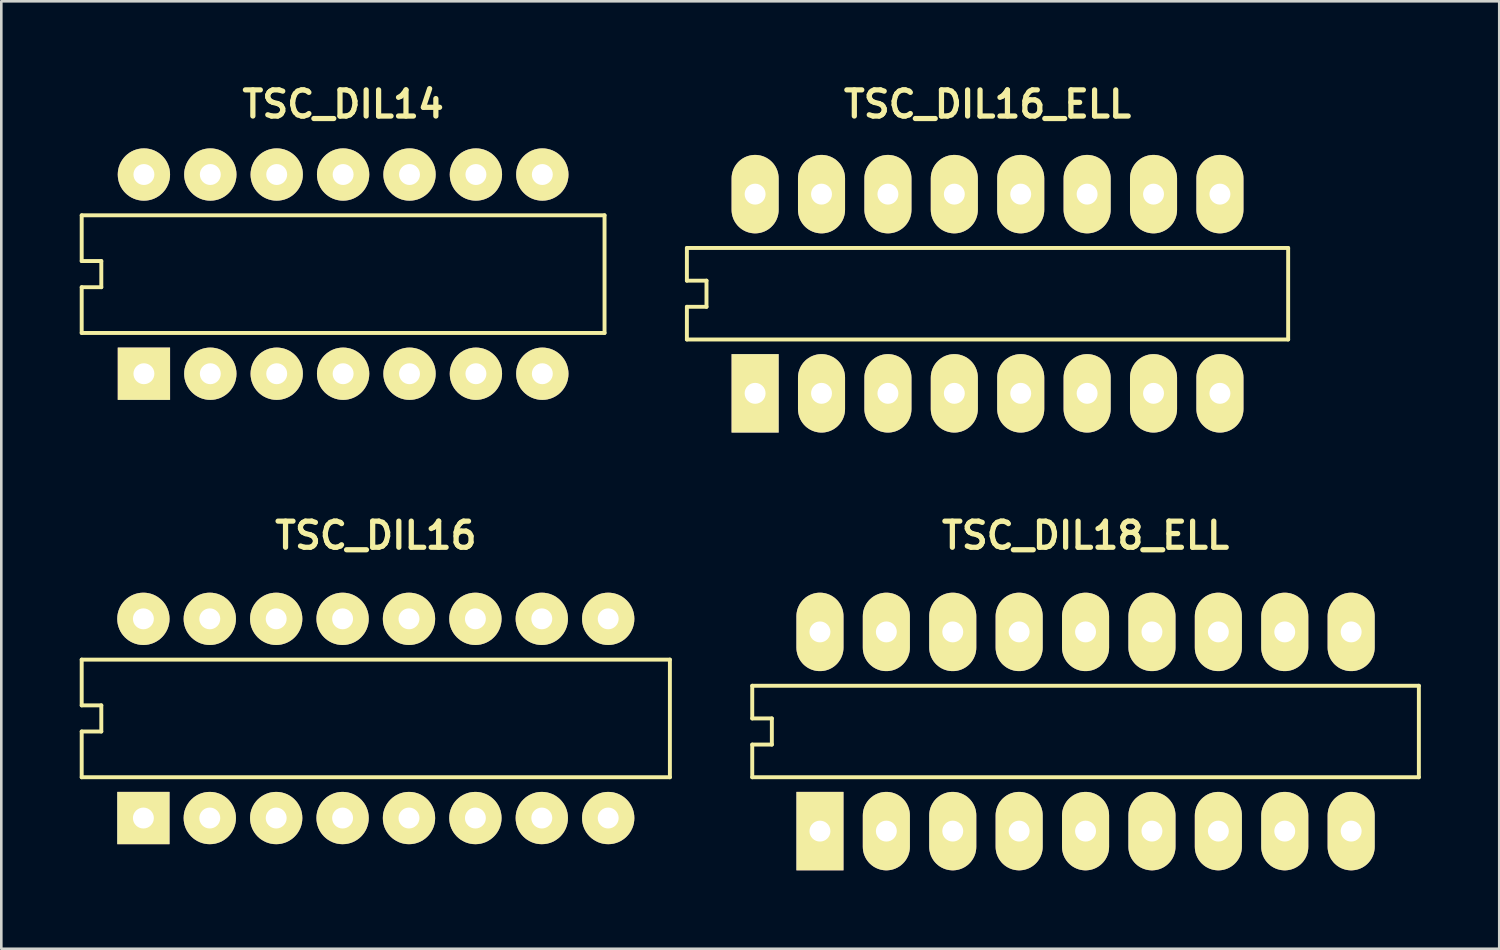
<source format=kicad_pcb>
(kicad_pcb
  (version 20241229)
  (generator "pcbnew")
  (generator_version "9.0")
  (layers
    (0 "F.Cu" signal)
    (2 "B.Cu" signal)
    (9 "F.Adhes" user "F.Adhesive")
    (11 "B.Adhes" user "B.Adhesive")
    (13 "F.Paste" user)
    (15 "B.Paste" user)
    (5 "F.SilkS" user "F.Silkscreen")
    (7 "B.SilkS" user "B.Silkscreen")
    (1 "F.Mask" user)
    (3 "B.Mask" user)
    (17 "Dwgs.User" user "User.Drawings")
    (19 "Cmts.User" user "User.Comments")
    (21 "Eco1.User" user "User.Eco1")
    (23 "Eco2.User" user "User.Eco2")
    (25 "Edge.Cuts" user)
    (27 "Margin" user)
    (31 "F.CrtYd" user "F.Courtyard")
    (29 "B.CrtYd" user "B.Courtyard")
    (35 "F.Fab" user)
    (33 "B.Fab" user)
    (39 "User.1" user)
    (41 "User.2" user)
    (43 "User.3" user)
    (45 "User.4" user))
  (footprint "TSC_DIL18_ELL"
    (layer "F.Cu")
    (at 38.475 24.932)
    (property "Reference" "TSC_DIL18_ELL" (at 0 -7.5 0) (layer "F.SilkS") (effects (font (size 1 1) (thickness 0.2))))
    (attr through_hole)
    (fp_line (start -12.75 -1.75) (end 12.75 -1.75) (stroke (width 0.15) (type solid)) (layer "F.SilkS"))
    (fp_line (start -12.75 -0.5) (end -12.75 -1.75) (stroke (width 0.15) (type solid)) (layer "F.SilkS"))
    (fp_line (start -12.75 0.5) (end -12 0.5) (stroke (width 0.15) (type solid)) (layer "F.SilkS"))
    (fp_line (start -12.75 1.75) (end -12.75 0.5) (stroke (width 0.15) (type solid)) (layer "F.SilkS"))
    (fp_line (start -12 -0.5) (end -12.75 -0.5) (stroke (width 0.15) (type solid)) (layer "F.SilkS"))
    (fp_line (start -12 0.5) (end -12 -0.5) (stroke (width 0.15) (type solid)) (layer "F.SilkS"))
    (fp_line (start 12.75 -1.75) (end 12.75 1.75) (stroke (width 0.15) (type solid)) (layer "F.SilkS"))
    (fp_line (start 12.75 1.75) (end -12.75 1.75) (stroke (width 0.15) (type solid)) (layer "F.SilkS"))
    (pad "1" thru_hole rect (at -10.16 3.81) (size 1.8 3) (drill 0.8) (layers "*.Cu" "*.Mask" "F.SilkS"))
    (pad "2" thru_hole oval (at -7.62 3.81) (size 1.8 3) (drill 0.8) (layers "*.Cu" "*.Mask" "F.SilkS"))
    (pad "3" thru_hole oval (at -5.08 3.81) (size 1.8 3) (drill 0.8) (layers "*.Cu" "*.Mask" "F.SilkS"))
    (pad "4" thru_hole oval (at -2.54 3.81) (size 1.8 3) (drill 0.8) (layers "*.Cu" "*.Mask" "F.SilkS"))
    (pad "5" thru_hole oval (at 0 3.81) (size 1.8 3) (drill 0.8) (layers "*.Cu" "*.Mask" "F.SilkS"))
    (pad "6" thru_hole oval (at 2.54 3.81) (size 1.8 3) (drill 0.8) (layers "*.Cu" "*.Mask" "F.SilkS"))
    (pad "7" thru_hole oval (at 5.08 3.81) (size 1.8 3) (drill 0.8) (layers "*.Cu" "*.Mask" "F.SilkS"))
    (pad "8" thru_hole oval (at 7.62 3.81) (size 1.8 3) (drill 0.8) (layers "*.Cu" "*.Mask" "F.SilkS"))
    (pad "9" thru_hole oval (at 10.16 3.81) (size 1.8 3) (drill 0.8) (layers "*.Cu" "*.Mask" "F.SilkS"))
    (pad "10" thru_hole oval (at 10.16 -3.81) (size 1.8 3) (drill 0.8) (layers "*.Cu" "*.Mask" "F.SilkS"))
    (pad "11" thru_hole oval (at 7.62 -3.81) (size 1.8 3) (drill 0.8) (layers "*.Cu" "*.Mask" "F.SilkS"))
    (pad "12" thru_hole oval (at 5.08 -3.81) (size 1.8 3) (drill 0.8) (layers "*.Cu" "*.Mask" "F.SilkS"))
    (pad "13" thru_hole oval (at 2.54 -3.81) (size 1.8 3) (drill 0.8) (layers "*.Cu" "*.Mask" "F.SilkS"))
    (pad "14" thru_hole oval (at 0 -3.81) (size 1.8 3) (drill 0.8) (layers "*.Cu" "*.Mask" "F.SilkS"))
    (pad "15" thru_hole oval (at -2.54 -3.81) (size 1.8 3) (drill 0.8) (layers "*.Cu" "*.Mask" "F.SilkS"))
    (pad "16" thru_hole oval (at -5.08 -3.81) (size 1.8 3) (drill 0.8) (layers "*.Cu" "*.Mask" "F.SilkS"))
    (pad "17" thru_hole oval (at -7.62 -3.81) (size 1.8 3) (drill 0.8) (layers "*.Cu" "*.Mask" "F.SilkS"))
    (pad "18" thru_hole oval (at -10.16 -3.81) (size 1.8 3) (drill 0.8) (layers "*.Cu" "*.Mask" "F.SilkS")))
  (footprint "TSC_DIL14"
    (layer "F.Cu")
    (at 10.075 7.436)
    (property "Reference" "TSC_DIL14" (at 0 -6.5 0) (layer "F.SilkS") (effects (font (size 1 1) (thickness 0.2))))
    (attr through_hole)
    (fp_line (start -10 -2.25) (end 10 -2.25) (stroke (width 0.15) (type solid)) (layer "F.SilkS"))
    (fp_line (start -10 -0.5) (end -10 -2.25) (stroke (width 0.15) (type solid)) (layer "F.SilkS"))
    (fp_line (start -10 0.5) (end -9.25 0.5) (stroke (width 0.15) (type solid)) (layer "F.SilkS"))
    (fp_line (start -10 2.25) (end -10 0.5) (stroke (width 0.15) (type solid)) (layer "F.SilkS"))
    (fp_line (start -9.25 -0.5) (end -10 -0.5) (stroke (width 0.15) (type solid)) (layer "F.SilkS"))
    (fp_line (start -9.25 0.5) (end -9.25 -0.5) (stroke (width 0.15) (type solid)) (layer "F.SilkS"))
    (fp_line (start 10 -2.25) (end 10 2.25) (stroke (width 0.15) (type solid)) (layer "F.SilkS"))
    (fp_line (start 10 2.25) (end -10 2.25) (stroke (width 0.15) (type solid)) (layer "F.SilkS"))
    (pad "1" thru_hole rect (at -7.62 3.81) (size 2 2) (drill 0.8) (layers "*.Cu" "*.Mask" "F.SilkS"))
    (pad "2" thru_hole circle (at -5.08 3.81) (size 2 2) (drill 0.8) (layers "*.Cu" "*.Mask" "F.SilkS"))
    (pad "3" thru_hole circle (at -2.54 3.81) (size 2 2) (drill 0.8) (layers "*.Cu" "*.Mask" "F.SilkS"))
    (pad "4" thru_hole circle (at 0 3.81) (size 2 2) (drill 0.8) (layers "*.Cu" "*.Mask" "F.SilkS"))
    (pad "5" thru_hole circle (at 2.54 3.81) (size 2 2) (drill 0.8) (layers "*.Cu" "*.Mask" "F.SilkS"))
    (pad "6" thru_hole circle (at 5.08 3.81) (size 2 2) (drill 0.8) (layers "*.Cu" "*.Mask" "F.SilkS"))
    (pad "7" thru_hole circle (at 7.62 3.81) (size 2 2) (drill 0.8) (layers "*.Cu" "*.Mask" "F.SilkS"))
    (pad "8" thru_hole circle (at 7.62 -3.81) (size 2 2) (drill 0.8) (layers "*.Cu" "*.Mask" "F.SilkS"))
    (pad "9" thru_hole circle (at 5.08 -3.81) (size 2 2) (drill 0.8) (layers "*.Cu" "*.Mask" "F.SilkS"))
    (pad "10" thru_hole circle (at 2.54 -3.81) (size 2 2) (drill 0.8) (layers "*.Cu" "*.Mask" "F.SilkS"))
    (pad "11" thru_hole circle (at 0 -3.81) (size 2 2) (drill 0.8) (layers "*.Cu" "*.Mask" "F.SilkS"))
    (pad "12" thru_hole circle (at -2.54 -3.81) (size 2 2) (drill 0.8) (layers "*.Cu" "*.Mask" "F.SilkS"))
    (pad "13" thru_hole circle (at -5.08 -3.81) (size 2 2) (drill 0.8) (layers "*.Cu" "*.Mask" "F.SilkS"))
    (pad "14" thru_hole circle (at -7.62 -3.81) (size 2 2) (drill 0.8) (layers "*.Cu" "*.Mask" "F.SilkS")))
  (footprint "TSC_DIL16_ELL"
    (layer "F.Cu")
    (at 34.725 8.186)
    (property "Reference" "TSC_DIL16_ELL" (at 0 -7.25 0) (layer "F.SilkS") (effects (font (size 1 1) (thickness 0.2))))
    (attr through_hole)
    (fp_line (start -11.5 -1.75) (end 11.5 -1.75) (stroke (width 0.15) (type solid)) (layer "F.SilkS"))
    (fp_line (start -11.5 -0.5) (end -11.5 -1.75) (stroke (width 0.15) (type solid)) (layer "F.SilkS"))
    (fp_line (start -11.5 -0.5) (end -10.75 -0.5) (stroke (width 0.15) (type solid)) (layer "F.SilkS"))
    (fp_line (start -11.5 1.75) (end -11.5 0.5) (stroke (width 0.15) (type solid)) (layer "F.SilkS"))
    (fp_line (start -11.5 1.75) (end 11.5 1.75) (stroke (width 0.15) (type solid)) (layer "F.SilkS"))
    (fp_line (start -10.75 -0.5) (end -10.75 0.5) (stroke (width 0.15) (type solid)) (layer "F.SilkS"))
    (fp_line (start -10.75 0.5) (end -11.5 0.5) (stroke (width 0.15) (type solid)) (layer "F.SilkS"))
    (fp_line (start 11.5 1.75) (end 11.5 -1.75) (stroke (width 0.15) (type solid)) (layer "F.SilkS"))
    (pad "1" thru_hole rect (at -8.89 3.81) (size 1.8 3) (drill 0.8) (layers "*.Cu" "*.Mask" "F.SilkS"))
    (pad "2" thru_hole oval (at -6.35 3.81) (size 1.8 3) (drill 0.8) (layers "*.Cu" "*.Mask" "F.SilkS"))
    (pad "3" thru_hole oval (at -3.81 3.81) (size 1.8 3) (drill 0.8) (layers "*.Cu" "*.Mask" "F.SilkS"))
    (pad "4" thru_hole oval (at -1.27 3.81) (size 1.8 3) (drill 0.8) (layers "*.Cu" "*.Mask" "F.SilkS"))
    (pad "5" thru_hole oval (at 1.27 3.81) (size 1.8 3) (drill 0.8) (layers "*.Cu" "*.Mask" "F.SilkS"))
    (pad "6" thru_hole oval (at 3.81 3.81) (size 1.8 3) (drill 0.8) (layers "*.Cu" "*.Mask" "F.SilkS"))
    (pad "7" thru_hole oval (at 6.35 3.81) (size 1.8 3) (drill 0.8) (layers "*.Cu" "*.Mask" "F.SilkS"))
    (pad "8" thru_hole oval (at 8.89 3.81) (size 1.8 3) (drill 0.8) (layers "*.Cu" "*.Mask" "F.SilkS"))
    (pad "9" thru_hole oval (at 8.89 -3.81) (size 1.8 3) (drill 0.8) (layers "*.Cu" "*.Mask" "F.SilkS"))
    (pad "10" thru_hole oval (at 6.35 -3.81) (size 1.8 3) (drill 0.8) (layers "*.Cu" "*.Mask" "F.SilkS"))
    (pad "11" thru_hole oval (at 3.81 -3.81) (size 1.8 3) (drill 0.8) (layers "*.Cu" "*.Mask" "F.SilkS"))
    (pad "12" thru_hole oval (at 1.27 -3.81) (size 1.8 3) (drill 0.8) (layers "*.Cu" "*.Mask" "F.SilkS"))
    (pad "13" thru_hole oval (at -1.27 -3.81) (size 1.8 3) (drill 0.8) (layers "*.Cu" "*.Mask" "F.SilkS"))
    (pad "14" thru_hole oval (at -3.81 -3.81) (size 1.8 3) (drill 0.8) (layers "*.Cu" "*.Mask" "F.SilkS"))
    (pad "15" thru_hole oval (at -6.35 -3.81) (size 1.8 3) (drill 0.8) (layers "*.Cu" "*.Mask" "F.SilkS"))
    (pad "16" thru_hole oval (at -8.89 -3.81) (size 1.8 3) (drill 0.8) (layers "*.Cu" "*.Mask" "F.SilkS")))
  (footprint "TSC_DIL16"
    (layer "F.Cu")
    (at 11.325 24.432)
    (property "Reference" "TSC_DIL16" (at 0 -7 0) (layer "F.SilkS") (effects (font (size 1 1) (thickness 0.2))))
    (attr through_hole)
    (fp_line (start -11.25 -2.25) (end 11.25 -2.25) (stroke (width 0.15) (type solid)) (layer "F.SilkS"))
    (fp_line (start -11.25 -0.5) (end -11.25 -2.25) (stroke (width 0.15) (type solid)) (layer "F.SilkS"))
    (fp_line (start -11.25 0.5) (end -10.5 0.5) (stroke (width 0.15) (type solid)) (layer "F.SilkS"))
    (fp_line (start -11.25 2.25) (end -11.25 0.5) (stroke (width 0.15) (type solid)) (layer "F.SilkS"))
    (fp_line (start -10.5 -0.5) (end -11.25 -0.5) (stroke (width 0.15) (type solid)) (layer "F.SilkS"))
    (fp_line (start -10.5 0.5) (end -10.5 -0.5) (stroke (width 0.15) (type solid)) (layer "F.SilkS"))
    (fp_line (start 11.25 -2.25) (end 11.25 2.25) (stroke (width 0.15) (type solid)) (layer "F.SilkS"))
    (fp_line (start 11.25 2.25) (end -11.25 2.25) (stroke (width 0.15) (type solid)) (layer "F.SilkS"))
    (pad "1" thru_hole rect (at -8.89 3.81) (size 2 2) (drill 0.8) (layers "*.Cu" "*.Mask" "F.SilkS"))
    (pad "2" thru_hole circle (at -6.35 3.81) (size 2 2) (drill 0.8) (layers "*.Cu" "*.Mask" "F.SilkS"))
    (pad "3" thru_hole circle (at -3.81 3.81) (size 2 2) (drill 0.8) (layers "*.Cu" "*.Mask" "F.SilkS"))
    (pad "4" thru_hole circle (at -1.27 3.81) (size 2 2) (drill 0.8) (layers "*.Cu" "*.Mask" "F.SilkS"))
    (pad "5" thru_hole circle (at 1.27 3.81) (size 2 2) (drill 0.8) (layers "*.Cu" "*.Mask" "F.SilkS"))
    (pad "6" thru_hole circle (at 3.81 3.81) (size 2 2) (drill 0.8) (layers "*.Cu" "*.Mask" "F.SilkS"))
    (pad "7" thru_hole circle (at 6.35 3.81) (size 2 2) (drill 0.8) (layers "*.Cu" "*.Mask" "F.SilkS"))
    (pad "8" thru_hole circle (at 8.89 3.81) (size 2 2) (drill 0.8) (layers "*.Cu" "*.Mask" "F.SilkS"))
    (pad "9" thru_hole circle (at 8.89 -3.81) (size 2 2) (drill 0.8) (layers "*.Cu" "*.Mask" "F.SilkS"))
    (pad "10" thru_hole circle (at 6.35 -3.81) (size 2 2) (drill 0.8) (layers "*.Cu" "*.Mask" "F.SilkS"))
    (pad "11" thru_hole circle (at 3.81 -3.81) (size 2 2) (drill 0.8) (layers "*.Cu" "*.Mask" "F.SilkS"))
    (pad "12" thru_hole circle (at 1.27 -3.81) (size 2 2) (drill 0.8) (layers "*.Cu" "*.Mask" "F.SilkS"))
    (pad "13" thru_hole circle (at -1.27 -3.81) (size 2 2) (drill 0.8) (layers "*.Cu" "*.Mask" "F.SilkS"))
    (pad "14" thru_hole circle (at -3.81 -3.81) (size 2 2) (drill 0.8) (layers "*.Cu" "*.Mask" "F.SilkS"))
    (pad "15" thru_hole circle (at -6.35 -3.81) (size 2 2) (drill 0.8) (layers "*.Cu" "*.Mask" "F.SilkS"))
    (pad "16" thru_hole circle (at -8.89 -3.81) (size 2 2) (drill 0.8) (layers "*.Cu" "*.Mask" "F.SilkS")))
  (gr_rect
    (start -3 -3)
    (end 54.3 33.242)
    (stroke (width 0.1) (type default))
    (fill no)
    (layer "Edge.Cuts")))
</source>
